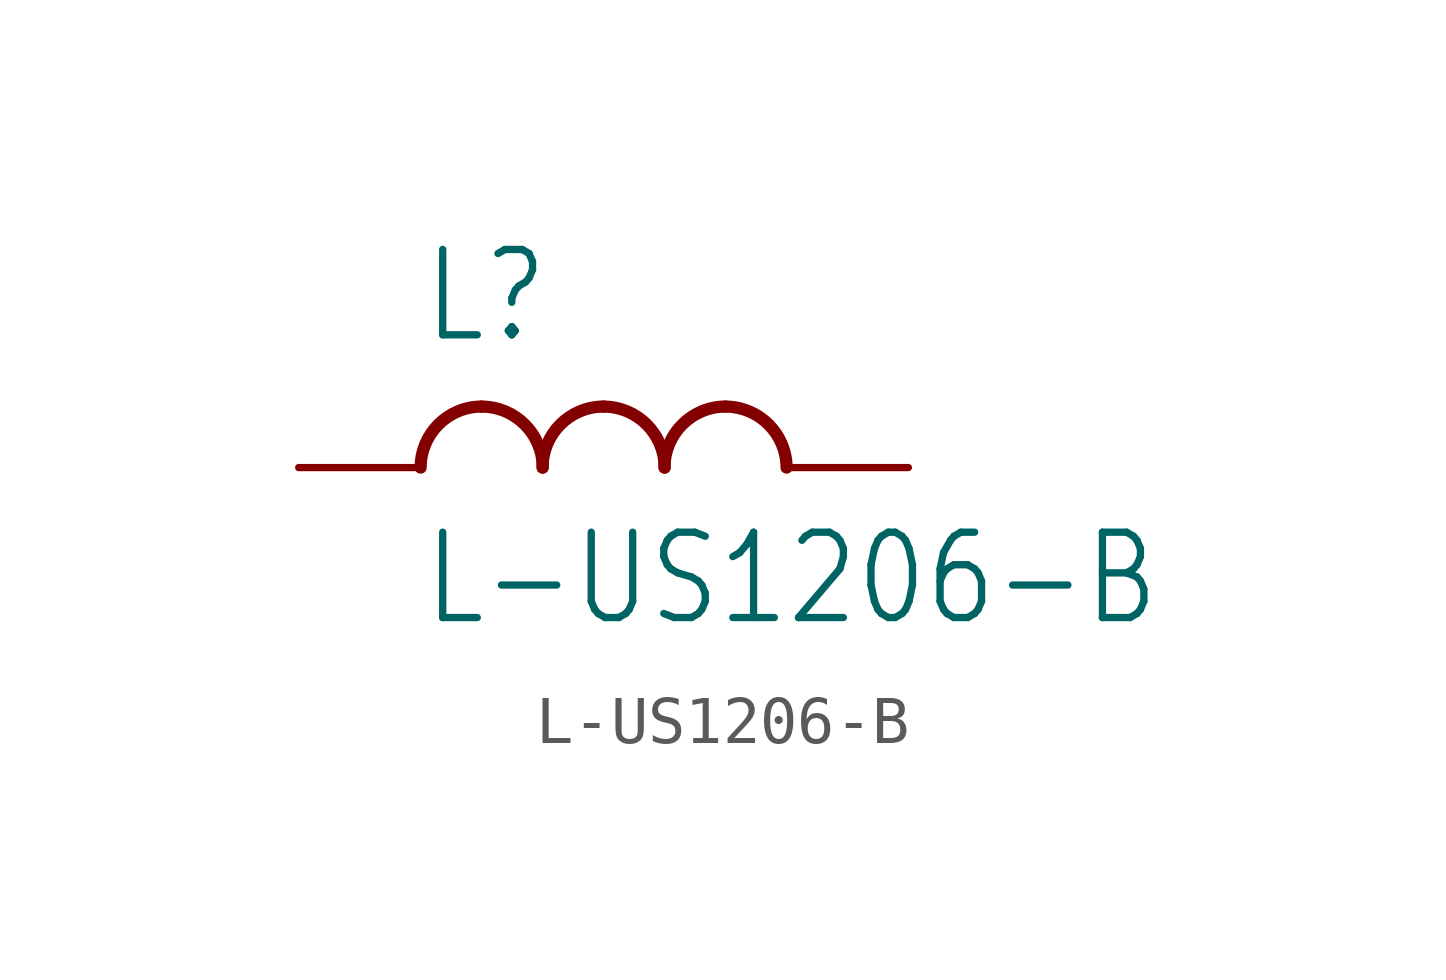
<source format=kicad_sym>
(kicad_symbol_lib
  (version 20211014)
  (generator kicad_symbol_editor)
  (symbol "L-US1206-B"
    (property "Reference" "L"
      (at -5.08 2.54 0)
      (effects (font (size 1.778 1.511)) (justify left bottom)))
    (property "Value" "L-US1206-B"
      (at -5.08 -1.27 0)
      (effects (font (size 1.778 1.511)) (justify left top)))
    (property "ki_locked" ""
      (at 0 0 0)
      (effects (font (size 1.27 1.27))))
    (symbol "L-US1206-B_1_0"
      (arc (start -3.81 1.27) (mid -4.708 0.898) (end -5.08 0) (stroke (width 0.254) (type default) (color 0 0 0 0)) (fill (type none)))
      (arc (start -2.54 0) (mid -2.912 0.898) (end -3.81 1.27) (stroke (width 0.254) (type default) (color 0 0 0 0)) (fill (type none)))
      (arc (start -1.27 1.27) (mid -2.168 0.898) (end -2.54 0) (stroke (width 0.254) (type default) (color 0 0 0 0)) (fill (type none)))
      (arc (start 0 0) (mid -0.372 0.898) (end -1.27 1.27) (stroke (width 0.254) (type default) (color 0 0 0 0)) (fill (type none)))
      (arc (start 1.27 1.27) (mid 0.372 0.898) (end 0 0) (stroke (width 0.254) (type default) (color 0 0 0 0)) (fill (type none)))
      (arc (start 2.54 0) (mid 2.168 0.898) (end 1.27 1.27) (stroke (width 0.254) (type default) (color 0 0 0 0)) (fill (type none)))
      (pin passive line (at -7.62 0 0) (length 2.54) (name "1" (effects (font (size 0 0)))) (number "1" (effects (font (size 0 0)))))
      (pin passive line (at 5.08 0 180) (length 2.54) (name "2" (effects (font (size 0 0)))) (number "2" (effects (font (size 0 0))))))))
</source>
